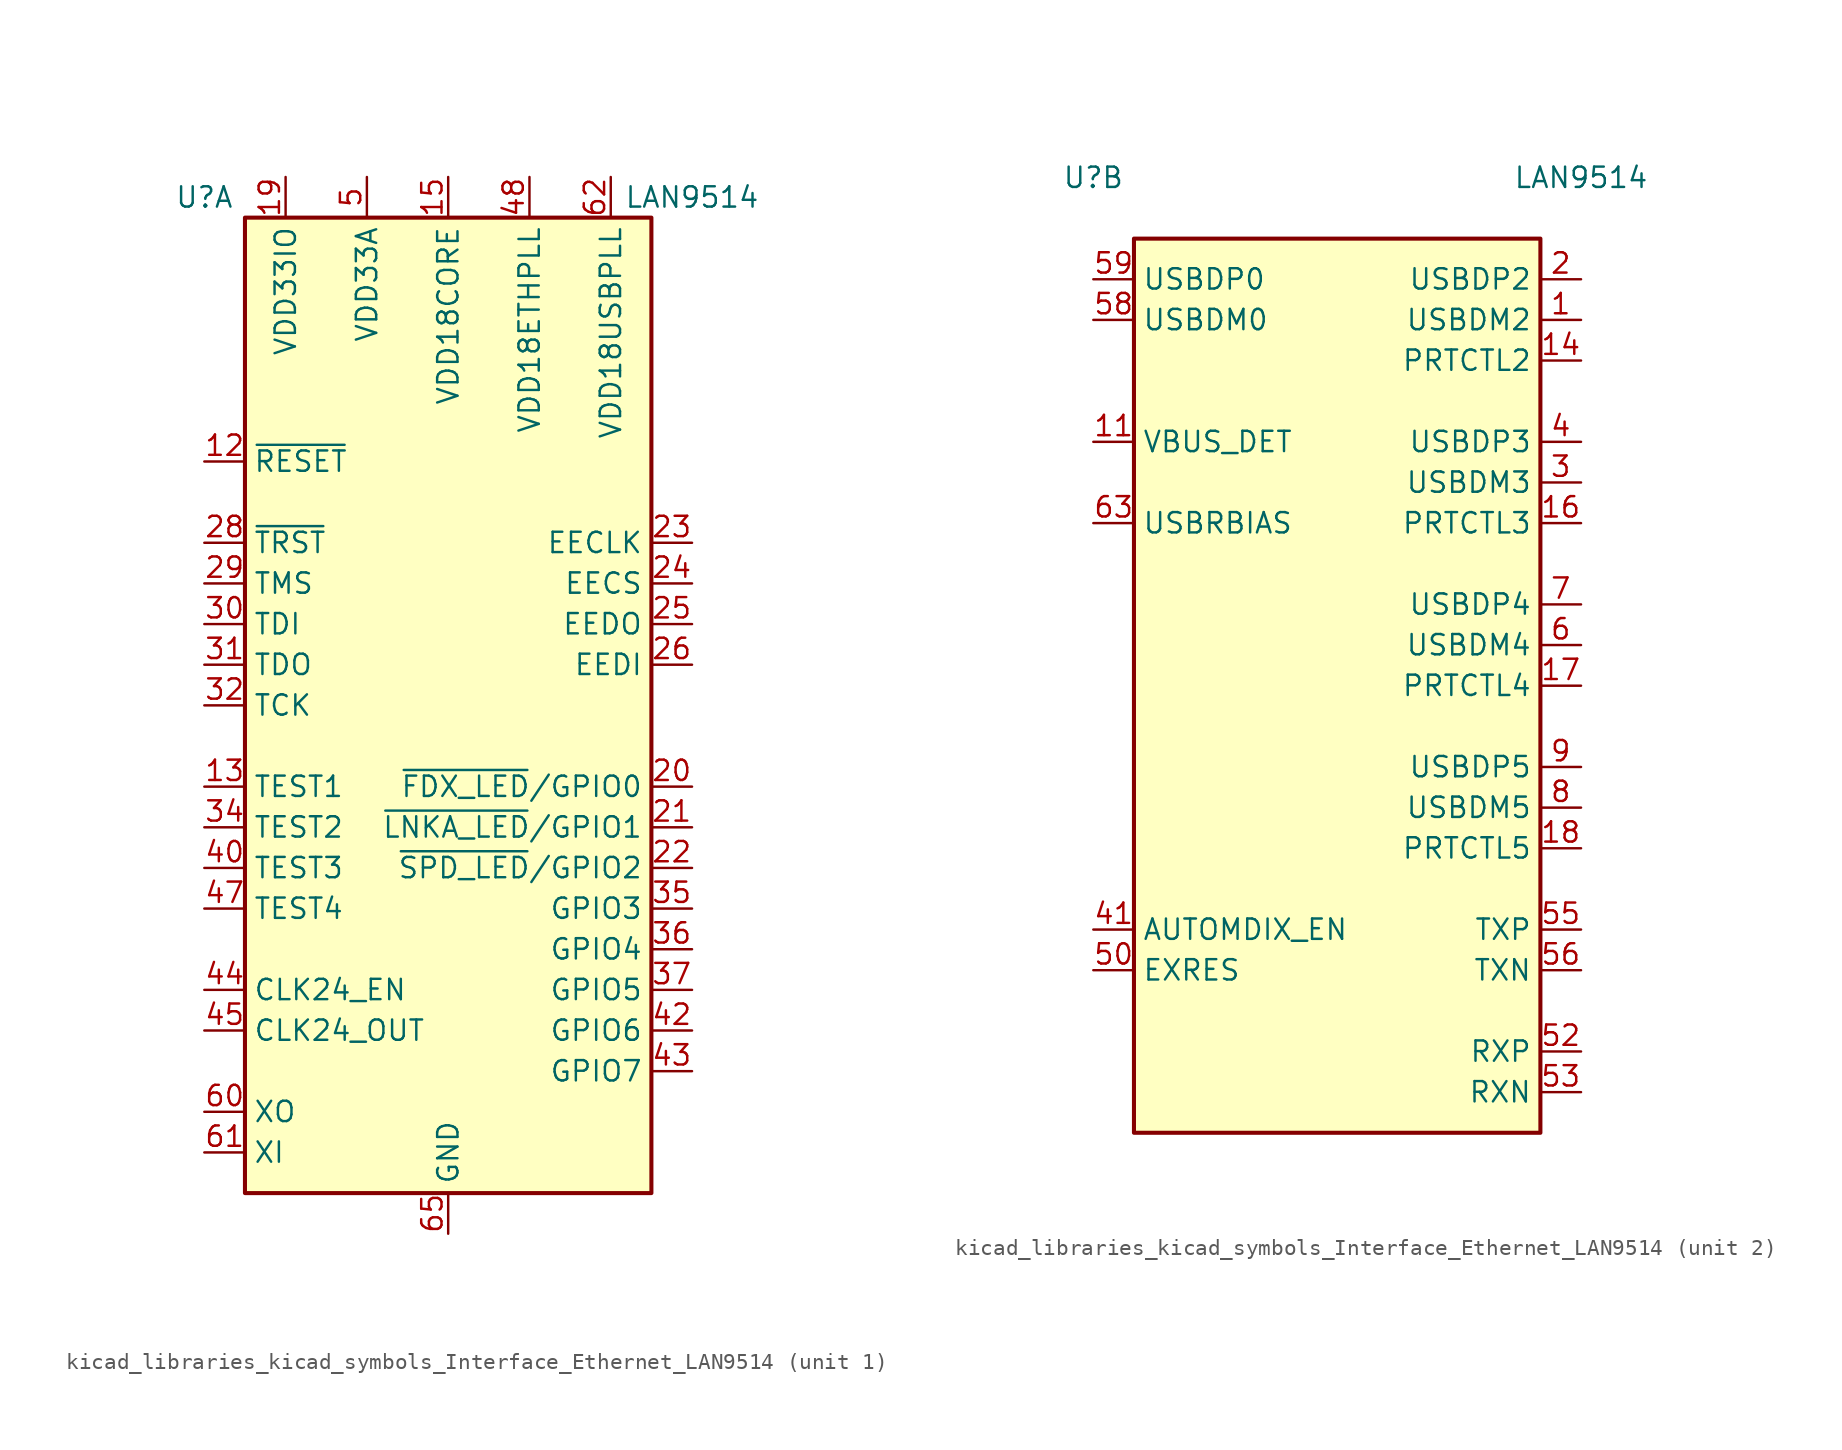
<source format=kicad_sym>
(kicad_symbol_lib
  (version 20220914)
  (generator kicad_symbol_editor)
  (symbol "kicad_libraries_kicad_symbols_Interface_Ethernet_LAN9514"
    (property "Reference" "U"
      (at -15.24 31.75 0)
      (effects (font (size 1.27 1.27))))
    (property "Value" "LAN9514"
      (at 15.24 31.75 0)
      (effects (font (size 1.27 1.27))))
    (property "ki_locked" ""
      (at 0 0 0)
      (effects (font (size 1.27 1.27))))
    (symbol "kicad_libraries_kicad_symbols_Interface_Ethernet_LAN9514_1_1"
      (rectangle (start -12.7 30.48) (end 12.7 -30.48) (stroke (width 0.254) (type default)) (fill (type background)))
      (pin passive line (at -5.08 33.02 270) (length 2.54) hide (name "VDD33A" (effects (font (size 1.27 1.27)))) (number "10" (effects (font (size 1.27 1.27)))))
      (pin input line (at -15.24 15.24 0) (length 2.54) (name "~{RESET}" (effects (font (size 1.27 1.27)))) (number "12" (effects (font (size 1.27 1.27)))))
      (pin input line (at -15.24 -5.08 0) (length 2.54) (name "TEST1" (effects (font (size 1.27 1.27)))) (number "13" (effects (font (size 1.27 1.27)))))
      (pin power_in line (at 0 33.02 270) (length 2.54) (name "VDD18CORE" (effects (font (size 1.27 1.27)))) (number "15" (effects (font (size 1.27 1.27)))))
      (pin power_in line (at -10.16 33.02 270) (length 2.54) (name "VDD33IO" (effects (font (size 1.27 1.27)))) (number "19" (effects (font (size 1.27 1.27)))))
      (pin bidirectional line (at 15.24 -5.08 180) (length 2.54) (name "~{FDX_LED}/GPIO0" (effects (font (size 1.27 1.27)))) (number "20" (effects (font (size 1.27 1.27)))))
      (pin bidirectional line (at 15.24 -7.62 180) (length 2.54) (name "~{LNKA_LED}/GPIO1" (effects (font (size 1.27 1.27)))) (number "21" (effects (font (size 1.27 1.27)))))
      (pin bidirectional line (at 15.24 -10.16 180) (length 2.54) (name "~{SPD_LED}/GPIO2" (effects (font (size 1.27 1.27)))) (number "22" (effects (font (size 1.27 1.27)))))
      (pin output line (at 15.24 10.16 180) (length 2.54) (name "EECLK" (effects (font (size 1.27 1.27)))) (number "23" (effects (font (size 1.27 1.27)))))
      (pin output line (at 15.24 7.62 180) (length 2.54) (name "EECS" (effects (font (size 1.27 1.27)))) (number "24" (effects (font (size 1.27 1.27)))))
      (pin output line (at 15.24 5.08 180) (length 2.54) (name "EEDO" (effects (font (size 1.27 1.27)))) (number "25" (effects (font (size 1.27 1.27)))))
      (pin input line (at 15.24 2.54 180) (length 2.54) (name "EEDI" (effects (font (size 1.27 1.27)))) (number "26" (effects (font (size 1.27 1.27)))))
      (pin passive line (at -10.16 33.02 270) (length 2.54) hide (name "VDD33IO" (effects (font (size 1.27 1.27)))) (number "27" (effects (font (size 1.27 1.27)))))
      (pin input line (at -15.24 10.16 0) (length 2.54) (name "~{TRST}" (effects (font (size 1.27 1.27)))) (number "28" (effects (font (size 1.27 1.27)))))
      (pin input line (at -15.24 7.62 0) (length 2.54) (name "TMS" (effects (font (size 1.27 1.27)))) (number "29" (effects (font (size 1.27 1.27)))))
      (pin input line (at -15.24 5.08 0) (length 2.54) (name "TDI" (effects (font (size 1.27 1.27)))) (number "30" (effects (font (size 1.27 1.27)))))
      (pin output line (at -15.24 2.54 0) (length 2.54) (name "TDO" (effects (font (size 1.27 1.27)))) (number "31" (effects (font (size 1.27 1.27)))))
      (pin input line (at -15.24 0 0) (length 2.54) (name "TCK" (effects (font (size 1.27 1.27)))) (number "32" (effects (font (size 1.27 1.27)))))
      (pin passive line (at -10.16 33.02 270) (length 2.54) hide (name "VDD33IO" (effects (font (size 1.27 1.27)))) (number "33" (effects (font (size 1.27 1.27)))))
      (pin input line (at -15.24 -7.62 0) (length 2.54) (name "TEST2" (effects (font (size 1.27 1.27)))) (number "34" (effects (font (size 1.27 1.27)))))
      (pin bidirectional line (at 15.24 -12.7 180) (length 2.54) (name "GPIO3" (effects (font (size 1.27 1.27)))) (number "35" (effects (font (size 1.27 1.27)))))
      (pin bidirectional line (at 15.24 -15.24 180) (length 2.54) (name "GPIO4" (effects (font (size 1.27 1.27)))) (number "36" (effects (font (size 1.27 1.27)))))
      (pin bidirectional line (at 15.24 -17.78 180) (length 2.54) (name "GPIO5" (effects (font (size 1.27 1.27)))) (number "37" (effects (font (size 1.27 1.27)))))
      (pin passive line (at 0 33.02 270) (length 2.54) hide (name "VDD18CORE" (effects (font (size 1.27 1.27)))) (number "38" (effects (font (size 1.27 1.27)))))
      (pin passive line (at -10.16 33.02 270) (length 2.54) hide (name "VDD33IO" (effects (font (size 1.27 1.27)))) (number "39" (effects (font (size 1.27 1.27)))))
      (pin input line (at -15.24 -10.16 0) (length 2.54) (name "TEST3" (effects (font (size 1.27 1.27)))) (number "40" (effects (font (size 1.27 1.27)))))
      (pin bidirectional line (at 15.24 -20.32 180) (length 2.54) (name "GPIO6" (effects (font (size 1.27 1.27)))) (number "42" (effects (font (size 1.27 1.27)))))
      (pin bidirectional line (at 15.24 -22.86 180) (length 2.54) (name "GPIO7" (effects (font (size 1.27 1.27)))) (number "43" (effects (font (size 1.27 1.27)))))
      (pin input line (at -15.24 -17.78 0) (length 2.54) (name "CLK24_EN" (effects (font (size 1.27 1.27)))) (number "44" (effects (font (size 1.27 1.27)))))
      (pin output line (at -15.24 -20.32 0) (length 2.54) (name "CLK24_OUT" (effects (font (size 1.27 1.27)))) (number "45" (effects (font (size 1.27 1.27)))))
      (pin passive line (at -10.16 33.02 270) (length 2.54) hide (name "VDD33IO" (effects (font (size 1.27 1.27)))) (number "46" (effects (font (size 1.27 1.27)))))
      (pin input line (at -15.24 -12.7 0) (length 2.54) (name "TEST4" (effects (font (size 1.27 1.27)))) (number "47" (effects (font (size 1.27 1.27)))))
      (pin power_in line (at 5.08 33.02 270) (length 2.54) (name "VDD18ETHPLL" (effects (font (size 1.27 1.27)))) (number "48" (effects (font (size 1.27 1.27)))))
      (pin passive line (at -5.08 33.02 270) (length 2.54) hide (name "VDD33A" (effects (font (size 1.27 1.27)))) (number "49" (effects (font (size 1.27 1.27)))))
      (pin power_in line (at -5.08 33.02 270) (length 2.54) (name "VDD33A" (effects (font (size 1.27 1.27)))) (number "5" (effects (font (size 1.27 1.27)))))
      (pin passive line (at -5.08 33.02 270) (length 2.54) hide (name "VDD33A" (effects (font (size 1.27 1.27)))) (number "51" (effects (font (size 1.27 1.27)))))
      (pin passive line (at -5.08 33.02 270) (length 2.54) hide (name "VDD33A" (effects (font (size 1.27 1.27)))) (number "54" (effects (font (size 1.27 1.27)))))
      (pin passive line (at -5.08 33.02 270) (length 2.54) hide (name "VDD33A" (effects (font (size 1.27 1.27)))) (number "57" (effects (font (size 1.27 1.27)))))
      (pin input line (at -15.24 -25.4 0) (length 2.54) (name "XO" (effects (font (size 1.27 1.27)))) (number "60" (effects (font (size 1.27 1.27)))))
      (pin input line (at -15.24 -27.94 0) (length 2.54) (name "XI" (effects (font (size 1.27 1.27)))) (number "61" (effects (font (size 1.27 1.27)))))
      (pin power_in line (at 10.16 33.02 270) (length 2.54) (name "VDD18USBPLL" (effects (font (size 1.27 1.27)))) (number "62" (effects (font (size 1.27 1.27)))))
      (pin passive line (at -5.08 33.02 270) (length 2.54) hide (name "VDD33A" (effects (font (size 1.27 1.27)))) (number "64" (effects (font (size 1.27 1.27)))))
      (pin power_in line (at 0 -33.02 90) (length 2.54) (name "GND" (effects (font (size 1.27 1.27)))) (number "65" (effects (font (size 1.27 1.27))))))
    (symbol "kicad_libraries_kicad_symbols_Interface_Ethernet_LAN9514_2_1"
      (rectangle (start 12.7 -27.94) (end -12.7 27.94) (stroke (width 0.254) (type default)) (fill (type background)))
      (pin bidirectional line (at 15.24 22.86 180) (length 2.54) (name "USBDM2" (effects (font (size 1.27 1.27)))) (number "1" (effects (font (size 1.27 1.27)))))
      (pin input line (at -15.24 15.24 0) (length 2.54) (name "VBUS_DET" (effects (font (size 1.27 1.27)))) (number "11" (effects (font (size 1.27 1.27)))))
      (pin bidirectional line (at 15.24 20.32 180) (length 2.54) (name "PRTCTL2" (effects (font (size 1.27 1.27)))) (number "14" (effects (font (size 1.27 1.27)))))
      (pin bidirectional line (at 15.24 10.16 180) (length 2.54) (name "PRTCTL3" (effects (font (size 1.27 1.27)))) (number "16" (effects (font (size 1.27 1.27)))))
      (pin bidirectional line (at 15.24 0 180) (length 2.54) (name "PRTCTL4" (effects (font (size 1.27 1.27)))) (number "17" (effects (font (size 1.27 1.27)))))
      (pin bidirectional line (at 15.24 -10.16 180) (length 2.54) (name "PRTCTL5" (effects (font (size 1.27 1.27)))) (number "18" (effects (font (size 1.27 1.27)))))
      (pin bidirectional line (at 15.24 25.4 180) (length 2.54) (name "USBDP2" (effects (font (size 1.27 1.27)))) (number "2" (effects (font (size 1.27 1.27)))))
      (pin bidirectional line (at 15.24 12.7 180) (length 2.54) (name "USBDM3" (effects (font (size 1.27 1.27)))) (number "3" (effects (font (size 1.27 1.27)))))
      (pin bidirectional line (at 15.24 15.24 180) (length 2.54) (name "USBDP3" (effects (font (size 1.27 1.27)))) (number "4" (effects (font (size 1.27 1.27)))))
      (pin input line (at -15.24 -15.24 0) (length 2.54) (name "AUTOMDIX_EN" (effects (font (size 1.27 1.27)))) (number "41" (effects (font (size 1.27 1.27)))))
      (pin input line (at -15.24 -17.78 0) (length 2.54) (name "EXRES" (effects (font (size 1.27 1.27)))) (number "50" (effects (font (size 1.27 1.27)))))
      (pin input line (at 15.24 -22.86 180) (length 2.54) (name "RXP" (effects (font (size 1.27 1.27)))) (number "52" (effects (font (size 1.27 1.27)))))
      (pin input line (at 15.24 -25.4 180) (length 2.54) (name "RXN" (effects (font (size 1.27 1.27)))) (number "53" (effects (font (size 1.27 1.27)))))
      (pin output line (at 15.24 -15.24 180) (length 2.54) (name "TXP" (effects (font (size 1.27 1.27)))) (number "55" (effects (font (size 1.27 1.27)))))
      (pin output line (at 15.24 -17.78 180) (length 2.54) (name "TXN" (effects (font (size 1.27 1.27)))) (number "56" (effects (font (size 1.27 1.27)))))
      (pin bidirectional line (at -15.24 22.86 0) (length 2.54) (name "USBDM0" (effects (font (size 1.27 1.27)))) (number "58" (effects (font (size 1.27 1.27)))))
      (pin bidirectional line (at -15.24 25.4 0) (length 2.54) (name "USBDP0" (effects (font (size 1.27 1.27)))) (number "59" (effects (font (size 1.27 1.27)))))
      (pin bidirectional line (at 15.24 2.54 180) (length 2.54) (name "USBDM4" (effects (font (size 1.27 1.27)))) (number "6" (effects (font (size 1.27 1.27)))))
      (pin input line (at -15.24 10.16 0) (length 2.54) (name "USBRBIAS" (effects (font (size 1.27 1.27)))) (number "63" (effects (font (size 1.27 1.27)))))
      (pin bidirectional line (at 15.24 5.08 180) (length 2.54) (name "USBDP4" (effects (font (size 1.27 1.27)))) (number "7" (effects (font (size 1.27 1.27)))))
      (pin bidirectional line (at 15.24 -7.62 180) (length 2.54) (name "USBDM5" (effects (font (size 1.27 1.27)))) (number "8" (effects (font (size 1.27 1.27)))))
      (pin bidirectional line (at 15.24 -5.08 180) (length 2.54) (name "USBDP5" (effects (font (size 1.27 1.27)))) (number "9" (effects (font (size 1.27 1.27))))))))
</source>
